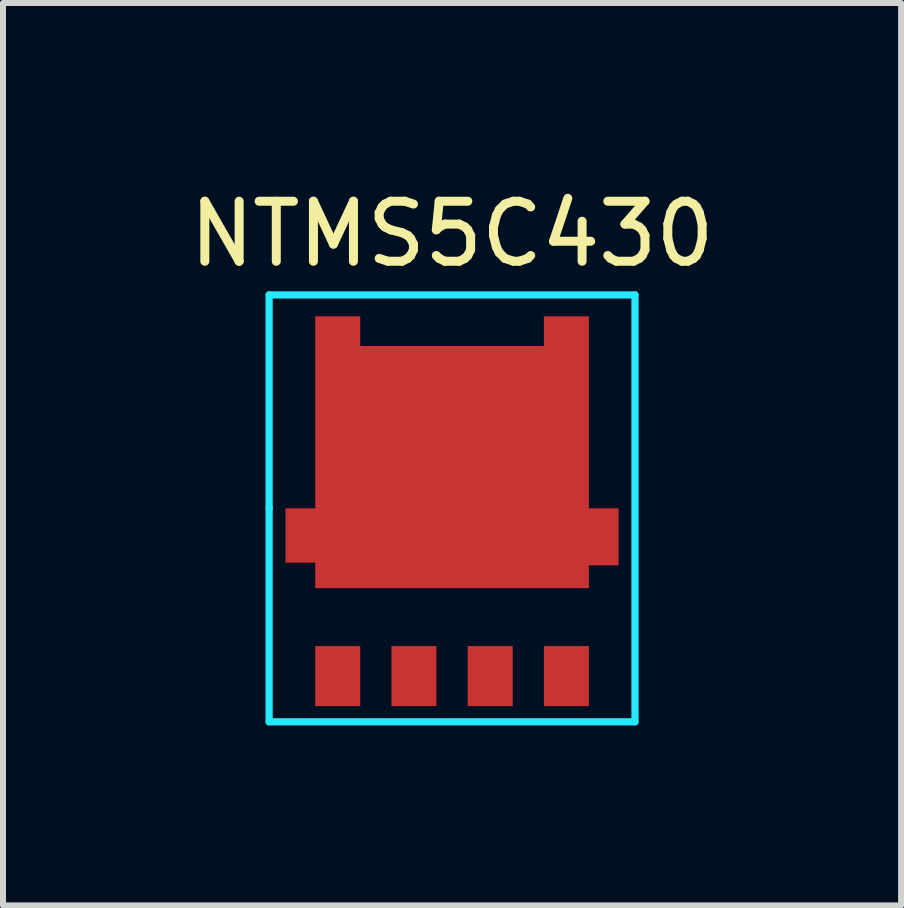
<source format=kicad_pcb>
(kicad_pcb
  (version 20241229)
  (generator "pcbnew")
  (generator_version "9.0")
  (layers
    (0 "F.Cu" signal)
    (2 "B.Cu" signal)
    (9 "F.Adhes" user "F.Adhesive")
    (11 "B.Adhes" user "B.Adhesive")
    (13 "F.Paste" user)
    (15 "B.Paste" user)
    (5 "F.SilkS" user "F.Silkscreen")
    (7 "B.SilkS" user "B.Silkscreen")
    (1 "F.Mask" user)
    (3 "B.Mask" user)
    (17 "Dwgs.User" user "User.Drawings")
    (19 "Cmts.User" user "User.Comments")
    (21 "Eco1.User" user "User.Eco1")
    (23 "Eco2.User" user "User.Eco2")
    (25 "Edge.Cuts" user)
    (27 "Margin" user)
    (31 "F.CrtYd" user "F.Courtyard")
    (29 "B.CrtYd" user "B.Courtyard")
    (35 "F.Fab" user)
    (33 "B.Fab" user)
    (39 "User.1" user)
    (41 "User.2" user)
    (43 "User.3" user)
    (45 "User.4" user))
  (footprint "NTMS5C430"
    (layer "F.Cu")
    (at 4.482 5.42)
    (property "Reference" "NTMS5C430" (at 0 -4.572 0) (layer "F.SilkS") (effects (font (size 1 1) (thickness 0.15))))
    (attr through_hole)
    (fp_line (start -3.048 -3.556) (end 3.048 -3.556) (stroke (width 0.12) (type solid)) (layer "B.CrtYd"))
    (fp_line (start -3.048 0) (end -3.048 -3.556) (stroke (width 0.12) (type solid)) (layer "B.CrtYd"))
    (fp_line (start -3.048 3.556) (end -3.048 0) (stroke (width 0.12) (type solid)) (layer "B.CrtYd"))
    (fp_line (start 3.048 -3.556) (end 3.048 3.556) (stroke (width 0.12) (type solid)) (layer "B.CrtYd"))
    (fp_line (start 3.048 3.556) (end -3.048 3.556) (stroke (width 0.12) (type solid)) (layer "B.CrtYd"))
    (pad "1" smd custom (at 0 0) (size 1.524 1.524) (layers "F.Cu" "F.Mask" "F.Paste") (options (anchor rect)) (primitives (gr_poly (pts (xy 2.28 1.33) (xy 2.28 0.95) (xy 2.775 0.95) (xy 2.775 0) (xy 2.28 0) (xy 2.28 -3.2) (xy 1.53 -3.2) (xy 1.53 -2.705) (xy -1.53 -2.705) (xy -1.53 -3.2) (xy -2.28 -3.2) (xy -2.28 0) (xy -2.775 0) (xy -2.775 0.905) (xy -2.28 0.905) (xy -2.28 1.33)) (width 0) (fill yes))))
    (pad "2" smd rect (at 1.905 2.795) (size 0.75 1) (layers "F.Cu" "F.Mask" "F.Paste"))
    (pad "3" smd rect (at -1.905 2.795) (size 0.75 1) (layers "F.Cu" "F.Mask" "F.Paste"))
    (pad "3" smd rect (at -0.635 2.795) (size 0.75 1) (layers "F.Cu" "F.Mask" "F.Paste"))
    (pad "3" smd rect (at 0.635 2.795) (size 0.75 1) (layers "F.Cu" "F.Mask" "F.Paste")))
  (gr_rect
    (start -3 -3)
    (end 11.964 12.036)
    (stroke (width 0.1) (type default))
    (fill no)
    (layer "Edge.Cuts")))
</source>
